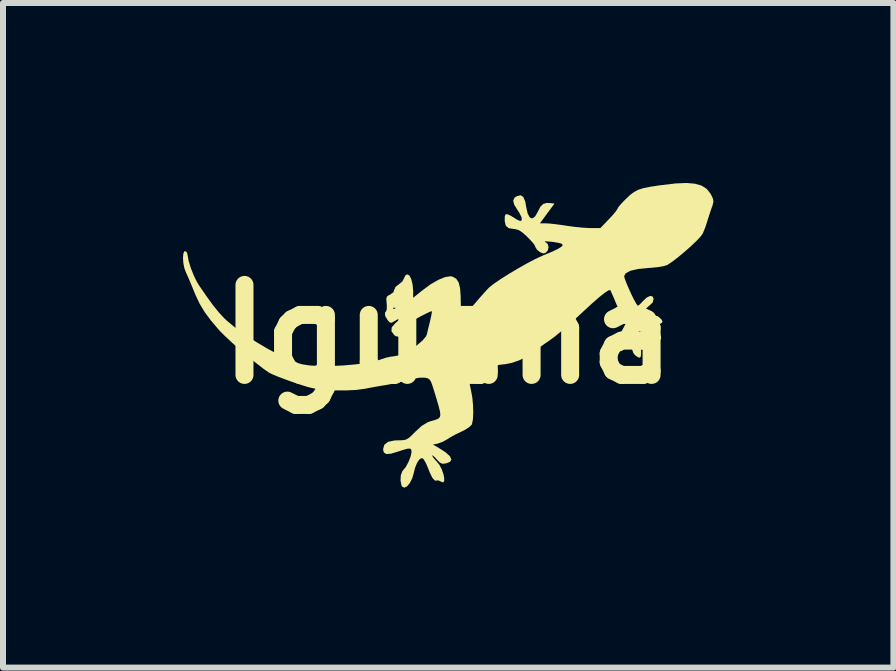
<source format=kicad_pcb>
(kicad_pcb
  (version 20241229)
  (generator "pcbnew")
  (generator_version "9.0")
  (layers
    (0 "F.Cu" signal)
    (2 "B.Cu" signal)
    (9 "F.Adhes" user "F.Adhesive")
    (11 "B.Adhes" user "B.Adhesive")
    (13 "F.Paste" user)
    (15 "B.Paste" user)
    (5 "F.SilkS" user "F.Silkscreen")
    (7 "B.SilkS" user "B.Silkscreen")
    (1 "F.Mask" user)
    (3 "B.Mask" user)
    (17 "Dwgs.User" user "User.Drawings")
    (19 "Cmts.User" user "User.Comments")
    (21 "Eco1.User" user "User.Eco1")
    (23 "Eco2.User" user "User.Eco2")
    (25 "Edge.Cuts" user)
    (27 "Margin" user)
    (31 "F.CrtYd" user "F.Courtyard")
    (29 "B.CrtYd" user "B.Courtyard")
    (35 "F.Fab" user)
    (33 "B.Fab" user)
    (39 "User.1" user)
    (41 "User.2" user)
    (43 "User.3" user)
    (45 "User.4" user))
  (footprint "Iguana"
    (layer "F.Cu")
    (at 4.418 2.521)
    (property "Reference" "Iguana" (at 0 0 0) (layer "F.SilkS") (effects (font (size 1.5 1.5) (thickness 0.3))))
    (attr board_only exclude_from_pos_files exclude_from_bom)
    (fp_poly (pts (xy 4.116 -2.509) (xy 4.227 -2.477) (xy 4.311 -2.423) (xy 4.373 -2.346) (xy 4.388 -2.32) (xy 4.417 -2.257) (xy 4.424 -2.207) (xy 4.409 -2.146) (xy 4.395 -2.109) (xy 4.36 -2.005) (xy 4.325 -1.895) (xy 4.319 -1.875) (xy 4.288 -1.78) (xy 4.251 -1.69) (xy 4.241 -1.67) (xy 4.203 -1.62) (xy 4.133 -1.547) (xy 4.041 -1.46) (xy 3.938 -1.369) (xy 3.834 -1.283) (xy 3.739 -1.21) (xy 3.664 -1.16) (xy 3.65 -1.152) (xy 3.591 -1.134) (xy 3.496 -1.118) (xy 3.383 -1.107) (xy 3.34 -1.104) (xy 3.165 -1.087) (xy 3.038 -1.057) (xy 2.961 -1.014) (xy 2.936 -0.97) (xy 2.944 -0.932) (xy 2.97 -0.861) (xy 3.009 -0.77) (xy 3.053 -0.672) (xy 3.098 -0.581) (xy 3.137 -0.51) (xy 3.161 -0.475) (xy 3.183 -0.485) (xy 3.225 -0.526) (xy 3.243 -0.546) (xy 3.311 -0.611) (xy 3.37 -0.639) (xy 3.412 -0.627) (xy 3.427 -0.59) (xy 3.412 -0.53) (xy 3.355 -0.476) (xy 3.291 -0.42) (xy 3.278 -0.377) (xy 3.317 -0.347) (xy 3.394 -0.329) (xy 3.497 -0.299) (xy 3.552 -0.254) (xy 3.575 -0.214) (xy 3.564 -0.189) (xy 3.511 -0.16) (xy 3.511 -0.16) (xy 3.445 -0.136) (xy 3.394 -0.143) (xy 3.372 -0.154) (xy 3.36 -0.155) (xy 3.383 -0.128) (xy 3.436 -0.077) (xy 3.444 -0.07) (xy 3.514 -0.005) (xy 3.548 0.038) (xy 3.553 0.067) (xy 3.54 0.09) (xy 3.494 0.125) (xy 3.44 0.122) (xy 3.369 0.079) (xy 3.323 0.04) (xy 3.248 -0.022) (xy 3.197 -0.05) (xy 3.174 -0.042) (xy 3.182 -0.007) (xy 3.193 0.043) (xy 3.205 0.126) (xy 3.214 0.218) (xy 3.219 0.322) (xy 3.211 0.379) (xy 3.187 0.393) (xy 3.144 0.37) (xy 3.119 0.35) (xy 3.087 0.311) (xy 3.068 0.251) (xy 3.058 0.157) (xy 3.056 0.132) (xy 3.049 -0.04) (xy 3.013 0.084) (xy 2.982 0.167) (xy 2.945 0.234) (xy 2.93 0.252) (xy 2.896 0.277) (xy 2.872 0.268) (xy 2.842 0.218) (xy 2.839 0.212) (xy 2.819 0.169) (xy 2.813 0.132) (xy 2.824 0.087) (xy 2.856 0.02) (xy 2.896 -0.054) (xy 2.995 -0.238) (xy 2.939 -0.277) (xy 2.903 -0.319) (xy 2.857 -0.396) (xy 2.81 -0.493) (xy 2.798 -0.521) (xy 2.759 -0.616) (xy 2.726 -0.69) (xy 2.707 -0.732) (xy 2.704 -0.736) (xy 2.674 -0.731) (xy 2.61 -0.689) (xy 2.516 -0.614) (xy 2.393 -0.506) (xy 2.319 -0.438) (xy 2.144 -0.276) (xy 1.999 -0.146) (xy 1.88 -0.043) (xy 1.778 0.04) (xy 1.689 0.106) (xy 1.637 0.141) (xy 1.543 0.207) (xy 1.451 0.275) (xy 1.398 0.317) (xy 1.306 0.378) (xy 1.187 0.435) (xy 1.063 0.478) (xy 0.953 0.5) (xy 0.928 0.502) (xy 0.854 0.511) (xy 0.764 0.533) (xy 0.739 0.541) (xy 0.643 0.565) (xy 0.531 0.579) (xy 0.485 0.581) (xy 0.343 0.581) (xy 0.344 0.68) (xy 0.351 0.761) (xy 0.368 0.866) (xy 0.383 0.937) (xy 0.405 1.055) (xy 0.417 1.185) (xy 0.421 1.312) (xy 0.415 1.421) (xy 0.399 1.497) (xy 0.395 1.508) (xy 0.356 1.546) (xy 0.286 1.592) (xy 0.222 1.624) (xy 0.126 1.67) (xy 0.037 1.719) (xy -0.004 1.746) (xy -0.084 1.791) (xy -0.165 1.821) (xy -0.168 1.822) (xy -0.251 1.84) (xy -0.162 1.89) (xy -0.041 1.968) (xy 0.032 2.034) (xy 0.056 2.089) (xy 0.031 2.129) (xy -0.032 2.153) (xy -0.091 2.16) (xy -0.135 2.141) (xy -0.186 2.089) (xy -0.19 2.084) (xy -0.234 2.036) (xy -0.261 2.018) (xy -0.264 2.023) (xy -0.246 2.057) (xy -0.203 2.108) (xy -0.187 2.123) (xy -0.142 2.18) (xy -0.105 2.251) (xy -0.078 2.326) (xy -0.064 2.394) (xy -0.064 2.446) (xy -0.081 2.471) (xy -0.116 2.458) (xy -0.12 2.455) (xy -0.162 2.436) (xy -0.178 2.438) (xy -0.218 2.44) (xy -0.26 2.395) (xy -0.306 2.302) (xy -0.329 2.242) (xy -0.367 2.152) (xy -0.404 2.088) (xy -0.431 2.064) (xy -0.472 2.081) (xy -0.514 2.139) (xy -0.55 2.228) (xy -0.568 2.301) (xy -0.596 2.4) (xy -0.636 2.48) (xy -0.682 2.535) (xy -0.727 2.558) (xy -0.764 2.541) (xy -0.776 2.519) (xy -0.792 2.439) (xy -0.787 2.353) (xy -0.763 2.285) (xy -0.748 2.267) (xy -0.703 2.211) (xy -0.657 2.125) (xy -0.622 2.034) (xy -0.608 1.96) (xy -0.613 1.923) (xy -0.633 1.906) (xy -0.679 1.909) (xy -0.76 1.932) (xy -0.836 1.957) (xy -0.952 1.992) (xy -1.028 1.997) (xy -1.07 1.972) (xy -1.083 1.919) (xy -1.062 1.843) (xy -1 1.794) (xy -0.893 1.771) (xy -0.836 1.769) (xy -0.757 1.767) (xy -0.702 1.757) (xy -0.653 1.729) (xy -0.595 1.676) (xy -0.547 1.627) (xy -0.439 1.528) (xy -0.34 1.468) (xy -0.29 1.45) (xy -0.22 1.431) (xy -0.17 1.412) (xy -0.14 1.388) (xy -0.128 1.349) (xy -0.134 1.288) (xy -0.157 1.196) (xy -0.195 1.067) (xy -0.228 0.958) (xy -0.261 0.853) (xy -0.286 0.787) (xy -0.312 0.751) (xy -0.344 0.733) (xy -0.382 0.725) (xy -0.471 0.724) (xy -0.599 0.746) (xy -0.677 0.766) (xy -0.799 0.797) (xy -0.924 0.826) (xy -1.025 0.845) (xy -1.03 0.846) (xy -1.13 0.862) (xy -1.255 0.884) (xy -1.38 0.908) (xy -1.386 0.909) (xy -1.531 0.929) (xy -1.705 0.937) (xy -1.89 0.936) (xy -2.069 0.925) (xy -2.227 0.905) (xy -2.323 0.884) (xy -2.449 0.845) (xy -2.585 0.799) (xy -2.719 0.751) (xy -2.838 0.706) (xy -2.931 0.667) (xy -2.984 0.641) (xy -3.076 0.576) (xy -3.195 0.484) (xy -3.33 0.374) (xy -3.47 0.255) (xy -3.603 0.138) (xy -3.719 0.03) (xy -3.806 -0.057) (xy -3.82 -0.073) (xy -3.954 -0.231) (xy -4.057 -0.37) (xy -4.139 -0.506) (xy -4.209 -0.653) (xy -4.237 -0.722) (xy -4.282 -0.832) (xy -4.325 -0.934) (xy -4.359 -1.01) (xy -4.366 -1.024) (xy -4.395 -1.099) (xy -4.412 -1.187) (xy -4.418 -1.274) (xy -4.412 -1.343) (xy -4.394 -1.382) (xy -4.383 -1.386) (xy -4.351 -1.362) (xy -4.339 -1.307) (xy -4.323 -1.219) (xy -4.288 -1.105) (xy -4.24 -0.984) (xy -4.187 -0.874) (xy -4.154 -0.819) (xy -4.023 -0.629) (xy -3.913 -0.478) (xy -3.817 -0.36) (xy -3.731 -0.267) (xy -3.691 -0.229) (xy -3.55 -0.112) (xy -3.38 0.01) (xy -3.193 0.132) (xy -2.998 0.247) (xy -2.807 0.349) (xy -2.631 0.431) (xy -2.479 0.488) (xy -2.429 0.502) (xy -2.303 0.522) (xy -2.139 0.531) (xy -1.951 0.53) (xy -1.751 0.521) (xy -1.554 0.504) (xy -1.373 0.481) (xy -1.221 0.45) (xy -1.132 0.424) (xy -1.04 0.393) (xy -0.955 0.374) (xy -0.917 0.37) (xy -0.804 0.35) (xy -0.673 0.289) (xy -0.519 0.186) (xy -0.516 0.183) (xy -0.425 0.105) (xy -0.367 0.036) (xy -0.353 0.003) (xy -0.338 -0.061) (xy -0.316 -0.152) (xy -0.299 -0.221) (xy -0.28 -0.304) (xy -0.27 -0.363) (xy -0.27 -0.384) (xy -0.295 -0.377) (xy -0.356 -0.349) (xy -0.441 -0.306) (xy -0.486 -0.282) (xy -0.591 -0.223) (xy -0.658 -0.177) (xy -0.698 -0.133) (xy -0.722 -0.085) (xy -0.723 -0.082) (xy -0.765 0.006) (xy -0.817 0.044) (xy -0.875 0.031) (xy -0.896 0.015) (xy -0.943 -0.049) (xy -0.939 -0.113) (xy -0.883 -0.18) (xy -0.865 -0.196) (xy -0.812 -0.243) (xy -0.802 -0.262) (xy -0.834 -0.252) (xy -0.889 -0.219) (xy -0.939 -0.191) (xy -0.971 -0.196) (xy -1.007 -0.235) (xy -1.049 -0.306) (xy -1.051 -0.361) (xy -1.033 -0.381) (xy -1.022 -0.413) (xy -1.021 -0.44) (xy -0.915 -0.44) (xy -0.912 -0.424) (xy -0.898 -0.422) (xy -0.876 -0.432) (xy -0.88 -0.44) (xy -0.911 -0.443) (xy -0.915 -0.44) (xy -1.021 -0.44) (xy -1.02 -0.479) (xy -1.023 -0.514) (xy -1.029 -0.588) (xy -1.018 -0.628) (xy -0.986 -0.651) (xy -0.967 -0.659) (xy -0.911 -0.699) (xy -0.898 -0.738) (xy -0.874 -0.79) (xy -0.82 -0.831) (xy -0.762 -0.878) (xy -0.735 -0.93) (xy -0.711 -0.98) (xy -0.682 -0.998) (xy -0.645 -0.981) (xy -0.614 -0.922) (xy -0.591 -0.832) (xy -0.581 -0.723) (xy -0.581 -0.706) (xy -0.581 -0.607) (xy -0.429 -0.73) (xy -0.292 -0.831) (xy -0.162 -0.906) (xy -0.047 -0.953) (xy 0.044 -0.966) (xy 0.076 -0.96) (xy 0.136 -0.925) (xy 0.177 -0.863) (xy 0.201 -0.766) (xy 0.211 -0.628) (xy 0.211 -0.581) (xy 0.214 -0.474) (xy 0.221 -0.385) (xy 0.231 -0.329) (xy 0.235 -0.321) (xy 0.255 -0.316) (xy 0.294 -0.343) (xy 0.356 -0.406) (xy 0.442 -0.506) (xy 0.525 -0.603) (xy 0.602 -0.69) (xy 0.662 -0.755) (xy 0.69 -0.783) (xy 0.768 -0.844) (xy 0.882 -0.922) (xy 1.019 -1.008) (xy 1.168 -1.097) (xy 1.317 -1.181) (xy 1.453 -1.253) (xy 1.566 -1.305) (xy 1.58 -1.311) (xy 1.73 -1.373) (xy 1.832 -1.422) (xy 1.892 -1.459) (xy 1.912 -1.486) (xy 1.897 -1.507) (xy 1.85 -1.521) (xy 1.771 -1.535) (xy 1.715 -1.542) (xy 1.645 -1.547) (xy 1.61 -1.547) (xy 1.615 -1.542) (xy 1.661 -1.506) (xy 1.676 -1.45) (xy 1.661 -1.392) (xy 1.62 -1.353) (xy 1.587 -1.347) (xy 1.535 -1.366) (xy 1.483 -1.409) (xy 1.453 -1.458) (xy 1.452 -1.468) (xy 1.435 -1.498) (xy 1.388 -1.553) (xy 1.324 -1.62) (xy 1.322 -1.622) (xy 1.24 -1.696) (xy 1.176 -1.737) (xy 1.115 -1.753) (xy 1.098 -1.754) (xy 1.01 -1.768) (xy 0.963 -1.809) (xy 0.945 -1.886) (xy 0.945 -1.898) (xy 0.946 -1.964) (xy 0.959 -1.998) (xy 0.992 -2) (xy 1.052 -1.971) (xy 1.148 -1.912) (xy 1.155 -1.907) (xy 1.207 -1.886) (xy 1.23 -1.902) (xy 1.225 -1.949) (xy 1.191 -2.02) (xy 1.164 -2.061) (xy 1.104 -2.157) (xy 1.086 -2.227) (xy 1.11 -2.277) (xy 1.151 -2.303) (xy 1.212 -2.316) (xy 1.255 -2.288) (xy 1.286 -2.215) (xy 1.303 -2.121) (xy 1.328 -2.01) (xy 1.363 -1.946) (xy 1.406 -1.93) (xy 1.452 -1.964) (xy 1.492 -2.033) (xy 1.539 -2.124) (xy 1.587 -2.172) (xy 1.646 -2.188) (xy 1.691 -2.187) (xy 1.775 -2.178) (xy 1.653 -2.013) (xy 1.532 -1.848) (xy 1.63 -1.848) (xy 1.702 -1.844) (xy 1.807 -1.832) (xy 1.926 -1.816) (xy 1.967 -1.809) (xy 2.099 -1.791) (xy 2.235 -1.777) (xy 2.351 -1.77) (xy 2.372 -1.769) (xy 2.539 -1.769) (xy 2.682 -1.918) (xy 2.75 -1.991) (xy 2.8 -2.052) (xy 2.824 -2.089) (xy 2.825 -2.093) (xy 2.843 -2.123) (xy 2.89 -2.178) (xy 2.956 -2.247) (xy 2.969 -2.259) (xy 3.038 -2.324) (xy 3.101 -2.371) (xy 3.17 -2.407) (xy 3.254 -2.434) (xy 3.366 -2.457) (xy 3.517 -2.48) (xy 3.564 -2.486) (xy 3.791 -2.513) (xy 3.973 -2.521)) (stroke (width 0) (type solid)) (fill yes) (layer "F.SilkS")))
  (gr_rect
    (start -3 -3)
    (end 11.842 8.078)
    (stroke (width 0.1) (type default))
    (fill no)
    (layer "Edge.Cuts")))
</source>
